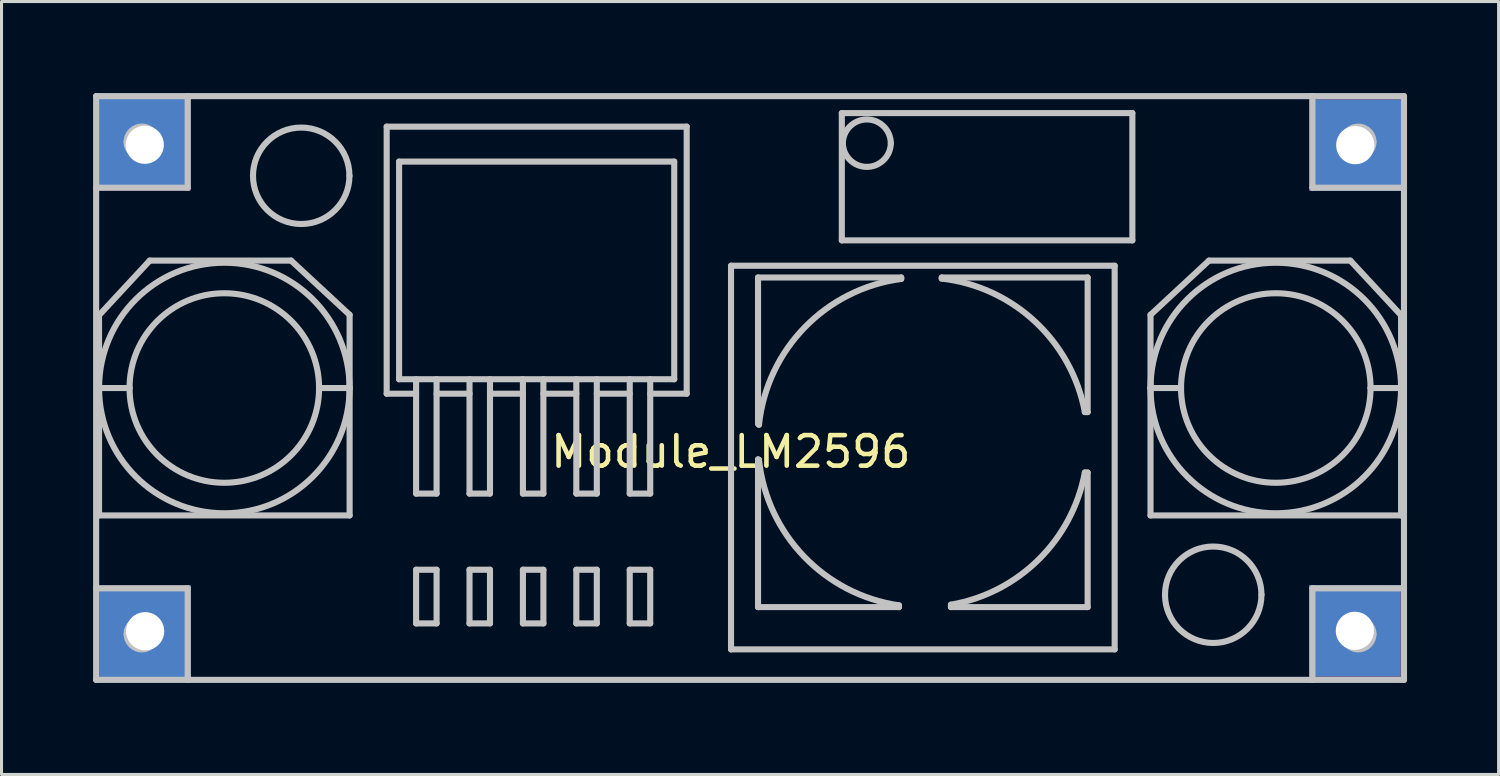
<source format=kicad_pcb>
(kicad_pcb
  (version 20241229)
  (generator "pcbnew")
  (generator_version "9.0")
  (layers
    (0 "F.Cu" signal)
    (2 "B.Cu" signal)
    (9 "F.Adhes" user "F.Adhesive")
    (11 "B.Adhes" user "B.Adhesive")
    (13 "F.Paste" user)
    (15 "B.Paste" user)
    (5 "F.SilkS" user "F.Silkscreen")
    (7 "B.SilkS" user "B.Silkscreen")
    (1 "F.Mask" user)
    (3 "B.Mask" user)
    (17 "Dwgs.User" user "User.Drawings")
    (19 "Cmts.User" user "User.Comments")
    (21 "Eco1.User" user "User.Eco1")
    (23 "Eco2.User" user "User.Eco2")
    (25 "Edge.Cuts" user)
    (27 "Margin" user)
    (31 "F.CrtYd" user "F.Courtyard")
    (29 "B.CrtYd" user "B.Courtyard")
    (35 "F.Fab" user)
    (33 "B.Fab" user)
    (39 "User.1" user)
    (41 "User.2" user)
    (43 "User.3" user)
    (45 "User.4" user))
  (footprint "Module_LM2596"
    (layer "F.Cu")
    (at 20.388 11.371)
    (property "Reference" "Module_LM2596" (at 0.508 0.381 0) (layer "F.SilkS") (effects (font (size 1 1) (thickness 0.15))))
    (attr through_hole)
    (fp_line (start -20.288 -11.271) (end -20.288 -8.271) (stroke (width 0.2) (type solid)) (layer "Dwgs.User"))
    (fp_line (start -20.288 -8.271) (end -20.288 4.856) (stroke (width 0.2) (type solid)) (layer "Dwgs.User"))
    (fp_line (start -20.288 -8.271) (end -17.288 -8.271) (stroke (width 0.2) (type solid)) (layer "Dwgs.User"))
    (fp_line (start -20.288 4.856) (end -20.288 7.856) (stroke (width 0.2) (type solid)) (layer "Dwgs.User"))
    (fp_line (start -20.288 7.856) (end -17.288 7.856) (stroke (width 0.2) (type solid)) (layer "Dwgs.User"))
    (fp_line (start -20.193 -4.091) (end -18.532 -5.882) (stroke (width 0.2) (type solid)) (layer "Dwgs.User"))
    (fp_line (start -20.193 -1.707) (end -20.193 -4.091) (stroke (width 0.2) (type solid)) (layer "Dwgs.User"))
    (fp_line (start -20.193 -1.707) (end -19.193 -1.707) (stroke (width 0.2) (type solid)) (layer "Dwgs.User"))
    (fp_line (start -20.193 2.468) (end -20.193 -1.707) (stroke (width 0.2) (type solid)) (layer "Dwgs.User"))
    (fp_line (start -20.193 2.468) (end -11.983 2.468) (stroke (width 0.2) (type solid)) (layer "Dwgs.User"))
    (fp_line (start -18.532 -5.882) (end -13.899 -5.882) (stroke (width 0.2) (type solid)) (layer "Dwgs.User"))
    (fp_line (start -17.288 -11.271) (end -20.288 -11.271) (stroke (width 0.2) (type solid)) (layer "Dwgs.User"))
    (fp_line (start -17.288 -8.271) (end -17.288 -11.271) (stroke (width 0.2) (type solid)) (layer "Dwgs.User"))
    (fp_line (start -17.288 4.856) (end -20.288 4.856) (stroke (width 0.2) (type solid)) (layer "Dwgs.User"))
    (fp_line (start -17.288 7.856) (end -17.288 4.856) (stroke (width 0.2) (type solid)) (layer "Dwgs.User"))
    (fp_line (start -17.288 7.856) (end 19.565 7.856) (stroke (width 0.2) (type solid)) (layer "Dwgs.User"))
    (fp_line (start -13.899 -5.882) (end -11.983 -4.105) (stroke (width 0.2) (type solid)) (layer "Dwgs.User"))
    (fp_line (start -11.983 -1.707) (end -12.983 -1.707) (stroke (width 0.2) (type solid)) (layer "Dwgs.User"))
    (fp_line (start -11.983 -1.707) (end -11.983 -4.105) (stroke (width 0.2) (type solid)) (layer "Dwgs.User"))
    (fp_line (start -11.983 2.468) (end -11.983 -1.707) (stroke (width 0.2) (type solid)) (layer "Dwgs.User"))
    (fp_line (start -10.768 -10.271) (end -10.768 -1.521) (stroke (width 0.2) (type solid)) (layer "Dwgs.User"))
    (fp_line (start -10.768 -1.521) (end -9.804 -1.521) (stroke (width 0.2) (type solid)) (layer "Dwgs.User"))
    (fp_line (start -10.361 -9.126) (end -10.361 -1.995) (stroke (width 0.2) (type solid)) (layer "Dwgs.User"))
    (fp_line (start -10.361 -1.995) (end -1.346 -1.995) (stroke (width 0.2) (type solid)) (layer "Dwgs.User"))
    (fp_line (start -9.804 -1.995) (end -9.804 1.752) (stroke (width 0.2) (type solid)) (layer "Dwgs.User"))
    (fp_line (start -9.804 1.752) (end -9.133 1.752) (stroke (width 0.2) (type solid)) (layer "Dwgs.User"))
    (fp_line (start -9.804 4.247) (end -9.804 6.005) (stroke (width 0.2) (type solid)) (layer "Dwgs.User"))
    (fp_line (start -9.804 4.247) (end -9.133 4.247) (stroke (width 0.2) (type solid)) (layer "Dwgs.User"))
    (fp_line (start -9.804 6.005) (end -9.133 6.005) (stroke (width 0.2) (type solid)) (layer "Dwgs.User"))
    (fp_line (start -9.133 -1.521) (end -8.054 -1.521) (stroke (width 0.2) (type solid)) (layer "Dwgs.User"))
    (fp_line (start -9.133 1.752) (end -9.133 -1.995) (stroke (width 0.2) (type solid)) (layer "Dwgs.User"))
    (fp_line (start -9.133 6.005) (end -9.133 4.247) (stroke (width 0.2) (type solid)) (layer "Dwgs.User"))
    (fp_line (start -8.054 -1.995) (end -8.054 1.752) (stroke (width 0.2) (type solid)) (layer "Dwgs.User"))
    (fp_line (start -8.054 1.752) (end -7.383 1.752) (stroke (width 0.2) (type solid)) (layer "Dwgs.User"))
    (fp_line (start -8.054 4.247) (end -8.054 6.005) (stroke (width 0.2) (type solid)) (layer "Dwgs.User"))
    (fp_line (start -8.054 4.247) (end -7.383 4.247) (stroke (width 0.2) (type solid)) (layer "Dwgs.User"))
    (fp_line (start -8.054 6.005) (end -7.383 6.005) (stroke (width 0.2) (type solid)) (layer "Dwgs.User"))
    (fp_line (start -7.383 -1.521) (end -6.304 -1.521) (stroke (width 0.2) (type solid)) (layer "Dwgs.User"))
    (fp_line (start -7.383 1.752) (end -7.383 -1.995) (stroke (width 0.2) (type solid)) (layer "Dwgs.User"))
    (fp_line (start -7.383 6.005) (end -7.383 4.247) (stroke (width 0.2) (type solid)) (layer "Dwgs.User"))
    (fp_line (start -6.304 -1.995) (end -6.304 1.752) (stroke (width 0.2) (type solid)) (layer "Dwgs.User"))
    (fp_line (start -6.304 1.752) (end -5.633 1.752) (stroke (width 0.2) (type solid)) (layer "Dwgs.User"))
    (fp_line (start -6.304 4.247) (end -6.304 6.005) (stroke (width 0.2) (type solid)) (layer "Dwgs.User"))
    (fp_line (start -6.304 4.247) (end -5.633 4.247) (stroke (width 0.2) (type solid)) (layer "Dwgs.User"))
    (fp_line (start -6.304 6.005) (end -5.633 6.005) (stroke (width 0.2) (type solid)) (layer "Dwgs.User"))
    (fp_line (start -5.633 -1.521) (end -4.554 -1.521) (stroke (width 0.2) (type solid)) (layer "Dwgs.User"))
    (fp_line (start -5.633 1.752) (end -5.633 -1.995) (stroke (width 0.2) (type solid)) (layer "Dwgs.User"))
    (fp_line (start -5.633 6.005) (end -5.633 4.247) (stroke (width 0.2) (type solid)) (layer "Dwgs.User"))
    (fp_line (start -4.554 -1.995) (end -4.554 1.752) (stroke (width 0.2) (type solid)) (layer "Dwgs.User"))
    (fp_line (start -4.554 1.752) (end -3.883 1.752) (stroke (width 0.2) (type solid)) (layer "Dwgs.User"))
    (fp_line (start -4.554 4.247) (end -4.554 6.005) (stroke (width 0.2) (type solid)) (layer "Dwgs.User"))
    (fp_line (start -4.554 4.247) (end -3.883 4.247) (stroke (width 0.2) (type solid)) (layer "Dwgs.User"))
    (fp_line (start -4.554 6.005) (end -3.883 6.005) (stroke (width 0.2) (type solid)) (layer "Dwgs.User"))
    (fp_line (start -3.883 -1.521) (end -2.804 -1.521) (stroke (width 0.2) (type solid)) (layer "Dwgs.User"))
    (fp_line (start -3.883 1.752) (end -3.883 -1.995) (stroke (width 0.2) (type solid)) (layer "Dwgs.User"))
    (fp_line (start -3.883 6.005) (end -3.883 4.247) (stroke (width 0.2) (type solid)) (layer "Dwgs.User"))
    (fp_line (start -2.804 -1.995) (end -2.804 1.752) (stroke (width 0.2) (type solid)) (layer "Dwgs.User"))
    (fp_line (start -2.804 1.752) (end -2.133 1.752) (stroke (width 0.2) (type solid)) (layer "Dwgs.User"))
    (fp_line (start -2.804 4.247) (end -2.804 6.005) (stroke (width 0.2) (type solid)) (layer "Dwgs.User"))
    (fp_line (start -2.804 4.247) (end -2.133 4.247) (stroke (width 0.2) (type solid)) (layer "Dwgs.User"))
    (fp_line (start -2.804 6.005) (end -2.133 6.005) (stroke (width 0.2) (type solid)) (layer "Dwgs.User"))
    (fp_line (start -2.133 -1.995) (end -2.133 1.752) (stroke (width 0.2) (type solid)) (layer "Dwgs.User"))
    (fp_line (start -2.133 -1.521) (end -0.938 -1.521) (stroke (width 0.2) (type solid)) (layer "Dwgs.User"))
    (fp_line (start -2.133 4.247) (end -2.133 6.005) (stroke (width 0.2) (type solid)) (layer "Dwgs.User"))
    (fp_line (start -1.346 -9.126) (end -10.361 -9.126) (stroke (width 0.2) (type solid)) (layer "Dwgs.User"))
    (fp_line (start -1.346 -1.995) (end -1.346 -9.126) (stroke (width 0.2) (type solid)) (layer "Dwgs.User"))
    (fp_line (start -0.938 -10.271) (end -10.768 -10.271) (stroke (width 0.2) (type solid)) (layer "Dwgs.User"))
    (fp_line (start -0.938 -1.521) (end -0.938 -10.271) (stroke (width 0.2) (type solid)) (layer "Dwgs.User"))
    (fp_line (start 0.515 -5.714) (end 0.515 6.856) (stroke (width 0.2) (type solid)) (layer "Dwgs.User"))
    (fp_line (start 0.515 6.856) (end 13.085 6.856) (stroke (width 0.2) (type solid)) (layer "Dwgs.User"))
    (fp_line (start 1.4 -5.329) (end 1.4 -0.539) (stroke (width 0.2) (type solid)) (layer "Dwgs.User"))
    (fp_line (start 1.4 -0.539) (end 1.43 -0.505) (stroke (width 0.2) (type solid)) (layer "Dwgs.User"))
    (fp_line (start 1.4 0.632) (end 1.4 5.471) (stroke (width 0.2) (type solid)) (layer "Dwgs.User"))
    (fp_line (start 1.4 5.471) (end 6.018 5.471) (stroke (width 0.2) (type solid)) (layer "Dwgs.User"))
    (fp_line (start 1.43 0.647) (end 1.4 0.632) (stroke (width 0.2) (type solid)) (layer "Dwgs.User"))
    (fp_line (start 4.145 -10.715) (end 4.145 -6.545) (stroke (width 0.2) (type solid)) (layer "Dwgs.User"))
    (fp_line (start 4.145 -6.545) (end 13.665 -6.545) (stroke (width 0.2) (type solid)) (layer "Dwgs.User"))
    (fp_line (start 6.018 5.471) (end 6.018 5.414) (stroke (width 0.2) (type solid)) (layer "Dwgs.User"))
    (fp_line (start 6.091 -5.329) (end 1.4 -5.329) (stroke (width 0.2) (type solid)) (layer "Dwgs.User"))
    (fp_line (start 6.091 -5.282) (end 6.091 -5.329) (stroke (width 0.2) (type solid)) (layer "Dwgs.User"))
    (fp_line (start 7.419 -5.329) (end 7.419 -5.293) (stroke (width 0.2) (type solid)) (layer "Dwgs.User"))
    (fp_line (start 7.72 5.392) (end 7.72 5.471) (stroke (width 0.2) (type solid)) (layer "Dwgs.User"))
    (fp_line (start 7.72 5.471) (end 12.2 5.471) (stroke (width 0.2) (type solid)) (layer "Dwgs.User"))
    (fp_line (start 12.108 -0.919) (end 12.2 -0.919) (stroke (width 0.2) (type solid)) (layer "Dwgs.User"))
    (fp_line (start 12.2 -5.329) (end 7.419 -5.329) (stroke (width 0.2) (type solid)) (layer "Dwgs.User"))
    (fp_line (start 12.2 -0.919) (end 12.2 -5.329) (stroke (width 0.2) (type solid)) (layer "Dwgs.User"))
    (fp_line (start 12.2 1.062) (end 12.108 1.062) (stroke (width 0.2) (type solid)) (layer "Dwgs.User"))
    (fp_line (start 12.2 5.471) (end 12.2 1.062) (stroke (width 0.2) (type solid)) (layer "Dwgs.User"))
    (fp_line (start 13.085 -5.714) (end 0.515 -5.714) (stroke (width 0.2) (type solid)) (layer "Dwgs.User"))
    (fp_line (start 13.085 6.856) (end 13.085 -5.714) (stroke (width 0.2) (type solid)) (layer "Dwgs.User"))
    (fp_line (start 13.665 -10.715) (end 4.145 -10.715) (stroke (width 0.2) (type solid)) (layer "Dwgs.User"))
    (fp_line (start 13.665 -6.545) (end 13.665 -10.715) (stroke (width 0.2) (type solid)) (layer "Dwgs.User"))
    (fp_line (start 14.26 -1.707) (end 14.26 -4.105) (stroke (width 0.2) (type solid)) (layer "Dwgs.User"))
    (fp_line (start 14.26 2.468) (end 14.26 -1.707) (stroke (width 0.2) (type solid)) (layer "Dwgs.User"))
    (fp_line (start 15.26 -1.707) (end 14.26 -1.707) (stroke (width 0.2) (type solid)) (layer "Dwgs.User"))
    (fp_line (start 16.176 -5.882) (end 14.26 -4.105) (stroke (width 0.2) (type solid)) (layer "Dwgs.User"))
    (fp_line (start 19.565 -11.271) (end -17.288 -11.271) (stroke (width 0.2) (type solid)) (layer "Dwgs.User"))
    (fp_line (start 19.565 -11.271) (end 19.565 -8.271) (stroke (width 0.2) (type solid)) (layer "Dwgs.User"))
    (fp_line (start 19.565 -8.271) (end 22.565 -8.271) (stroke (width 0.2) (type solid)) (layer "Dwgs.User"))
    (fp_line (start 19.565 4.856) (end 19.565 7.856) (stroke (width 0.2) (type solid)) (layer "Dwgs.User"))
    (fp_line (start 19.565 7.856) (end 22.565 7.856) (stroke (width 0.2) (type solid)) (layer "Dwgs.User"))
    (fp_line (start 20.808 -5.882) (end 16.176 -5.882) (stroke (width 0.2) (type solid)) (layer "Dwgs.User"))
    (fp_line (start 21.47 -1.707) (end 22.47 -1.707) (stroke (width 0.2) (type solid)) (layer "Dwgs.User"))
    (fp_line (start 22.47 -4.091) (end 20.808 -5.882) (stroke (width 0.2) (type solid)) (layer "Dwgs.User"))
    (fp_line (start 22.47 -1.707) (end 22.47 -4.091) (stroke (width 0.2) (type solid)) (layer "Dwgs.User"))
    (fp_line (start 22.47 2.468) (end 14.26 2.468) (stroke (width 0.2) (type solid)) (layer "Dwgs.User"))
    (fp_line (start 22.47 2.468) (end 22.47 -1.707) (stroke (width 0.2) (type solid)) (layer "Dwgs.User"))
    (fp_line (start 22.565 -11.271) (end 19.565 -11.271) (stroke (width 0.2) (type solid)) (layer "Dwgs.User"))
    (fp_line (start 22.565 -8.271) (end 22.565 -11.271) (stroke (width 0.2) (type solid)) (layer "Dwgs.User"))
    (fp_line (start 22.565 4.856) (end 19.565 4.856) (stroke (width 0.2) (type solid)) (layer "Dwgs.User"))
    (fp_line (start 22.565 4.856) (end 22.565 -8.271) (stroke (width 0.2) (type solid)) (layer "Dwgs.User"))
    (fp_line (start 22.565 7.856) (end 22.565 4.856) (stroke (width 0.2) (type solid)) (layer "Dwgs.User"))
    (fp_arc (start -20.193071 -1.707498) (mid -16.088071 -5.812498) (end -11.983071 -1.707498) (stroke (width 0.2) (type solid)) (layer "Dwgs.User"))
    (fp_arc (start -19.288071 -9.771187) (mid -18.788071 -10.271187) (end -18.288071 -9.771187) (stroke (width 0.2) (type solid)) (layer "Dwgs.User"))
    (fp_arc (start -19.288071 6.356192) (mid -18.788071 5.856192) (end -18.288071 6.356192) (stroke (width 0.2) (type solid)) (layer "Dwgs.User"))
    (fp_arc (start -19.193071 -1.707498) (mid -16.088071 -4.812498) (end -12.983071 -1.707498) (stroke (width 0.2) (type solid)) (layer "Dwgs.User"))
    (fp_arc (start -18.288071 -9.771187) (mid -18.788071 -9.271187) (end -19.288071 -9.771187) (stroke (width 0.2) (type solid)) (layer "Dwgs.User"))
    (fp_arc (start -18.288071 6.356192) (mid -18.788071 6.856192) (end -19.288071 6.356192) (stroke (width 0.2) (type solid)) (layer "Dwgs.User"))
    (fp_arc (start -15.148071 -8.661187) (mid -13.568071 -10.241187) (end -11.988071 -8.661187) (stroke (width 0.2) (type solid)) (layer "Dwgs.User"))
    (fp_arc (start -12.983071 -1.707498) (mid -16.088071 1.397502) (end -19.193071 -1.707498) (stroke (width 0.2) (type solid)) (layer "Dwgs.User"))
    (fp_arc (start -11.988071 -8.661187) (mid -13.568071 -7.081187) (end -15.148071 -8.661187) (stroke (width 0.2) (type solid)) (layer "Dwgs.User"))
    (fp_arc (start -11.983071 -1.707498) (mid -16.088071 2.397502) (end -20.193071 -1.707498) (stroke (width 0.2) (type solid)) (layer "Dwgs.User"))
    (fp_arc (start 1.43045 -0.504576) (mid 2.934302 -3.699611) (end 6.091117 -5.282121) (stroke (width 0.2) (type solid)) (layer "Dwgs.User"))
    (fp_arc (start 4.179071 -9.729883) (mid 4.964839 -10.515651) (end 5.750607 -9.729883) (stroke (width 0.2) (type solid)) (layer "Dwgs.User"))
    (fp_arc (start 5.750608 -9.729883) (mid 4.964839 -8.944114) (end 4.17907 -9.729883) (stroke (width 0.2) (type solid)) (layer "Dwgs.User"))
    (fp_arc (start 6.018215 5.41435) (mid 2.908692 3.815564) (end 1.43045 0.64696) (stroke (width 0.2) (type solid)) (layer "Dwgs.User"))
    (fp_arc (start 7.418906 -5.293185) (mid 10.48301 -3.877603) (end 12.108058 -0.919254) (stroke (width 0.2) (type solid)) (layer "Dwgs.User"))
    (fp_arc (start 12.108058 1.061639) (mid 10.592864 3.914584) (end 7.720248 5.392144) (stroke (width 0.2) (type solid)) (layer "Dwgs.User"))
    (fp_arc (start 14.259667 -1.707498) (mid 18.364667 -5.812498) (end 22.469667 -1.707498) (stroke (width 0.2) (type solid)) (layer "Dwgs.User"))
    (fp_arc (start 14.734667 5.066496) (mid 16.314667 3.486496) (end 17.894667 5.066496) (stroke (width 0.2) (type solid)) (layer "Dwgs.User"))
    (fp_arc (start 15.259667 -1.707498) (mid 18.364667 -4.812498) (end 21.469667 -1.707498) (stroke (width 0.2) (type solid)) (layer "Dwgs.User"))
    (fp_arc (start 17.894667 5.066496) (mid 16.314667 6.646496) (end 14.734667 5.066496) (stroke (width 0.2) (type solid)) (layer "Dwgs.User"))
    (fp_arc (start 20.564667 -9.771187) (mid 21.064667 -10.271187) (end 21.564667 -9.771187) (stroke (width 0.2) (type solid)) (layer "Dwgs.User"))
    (fp_arc (start 20.564667 6.356192) (mid 21.064667 5.856192) (end 21.564667 6.356192) (stroke (width 0.2) (type solid)) (layer "Dwgs.User"))
    (fp_arc (start 21.469667 -1.707498) (mid 18.364667 1.397502) (end 15.259667 -1.707498) (stroke (width 0.2) (type solid)) (layer "Dwgs.User"))
    (fp_arc (start 21.564667 -9.771187) (mid 21.064667 -9.271187) (end 20.564667 -9.771187) (stroke (width 0.2) (type solid)) (layer "Dwgs.User"))
    (fp_arc (start 21.564667 6.356192) (mid 21.064667 6.856192) (end 20.564667 6.356192) (stroke (width 0.2) (type solid)) (layer "Dwgs.User"))
    (fp_arc (start 22.469667 -1.707498) (mid 18.364667 2.397502) (end 14.259667 -1.707498) (stroke (width 0.2) (type solid)) (layer "Dwgs.User"))
    (pad "1" thru_hole rect (at -18.694 -9.677) (size 3 3) (drill 1.25) (layers "*.Cu" "*.Mask"))
    (pad "2" thru_hole rect (at -18.682 6.261) (size 3 3) (drill 1.25) (layers "*.Cu" "*.Mask"))
    (pad "3" thru_hole rect (at 20.968 -9.665) (size 3 3) (drill 1.25) (layers "*.Cu" "*.Mask"))
    (pad "4" thru_hole rect (at 20.955 6.248) (size 3 3) (drill 1.25) (layers "*.Cu" "*.Mask")))
  (gr_rect
    (start -3 -3)
    (end 46.053 22.327)
    (stroke (width 0.1) (type default))
    (fill no)
    (layer "Edge.Cuts")))
</source>
